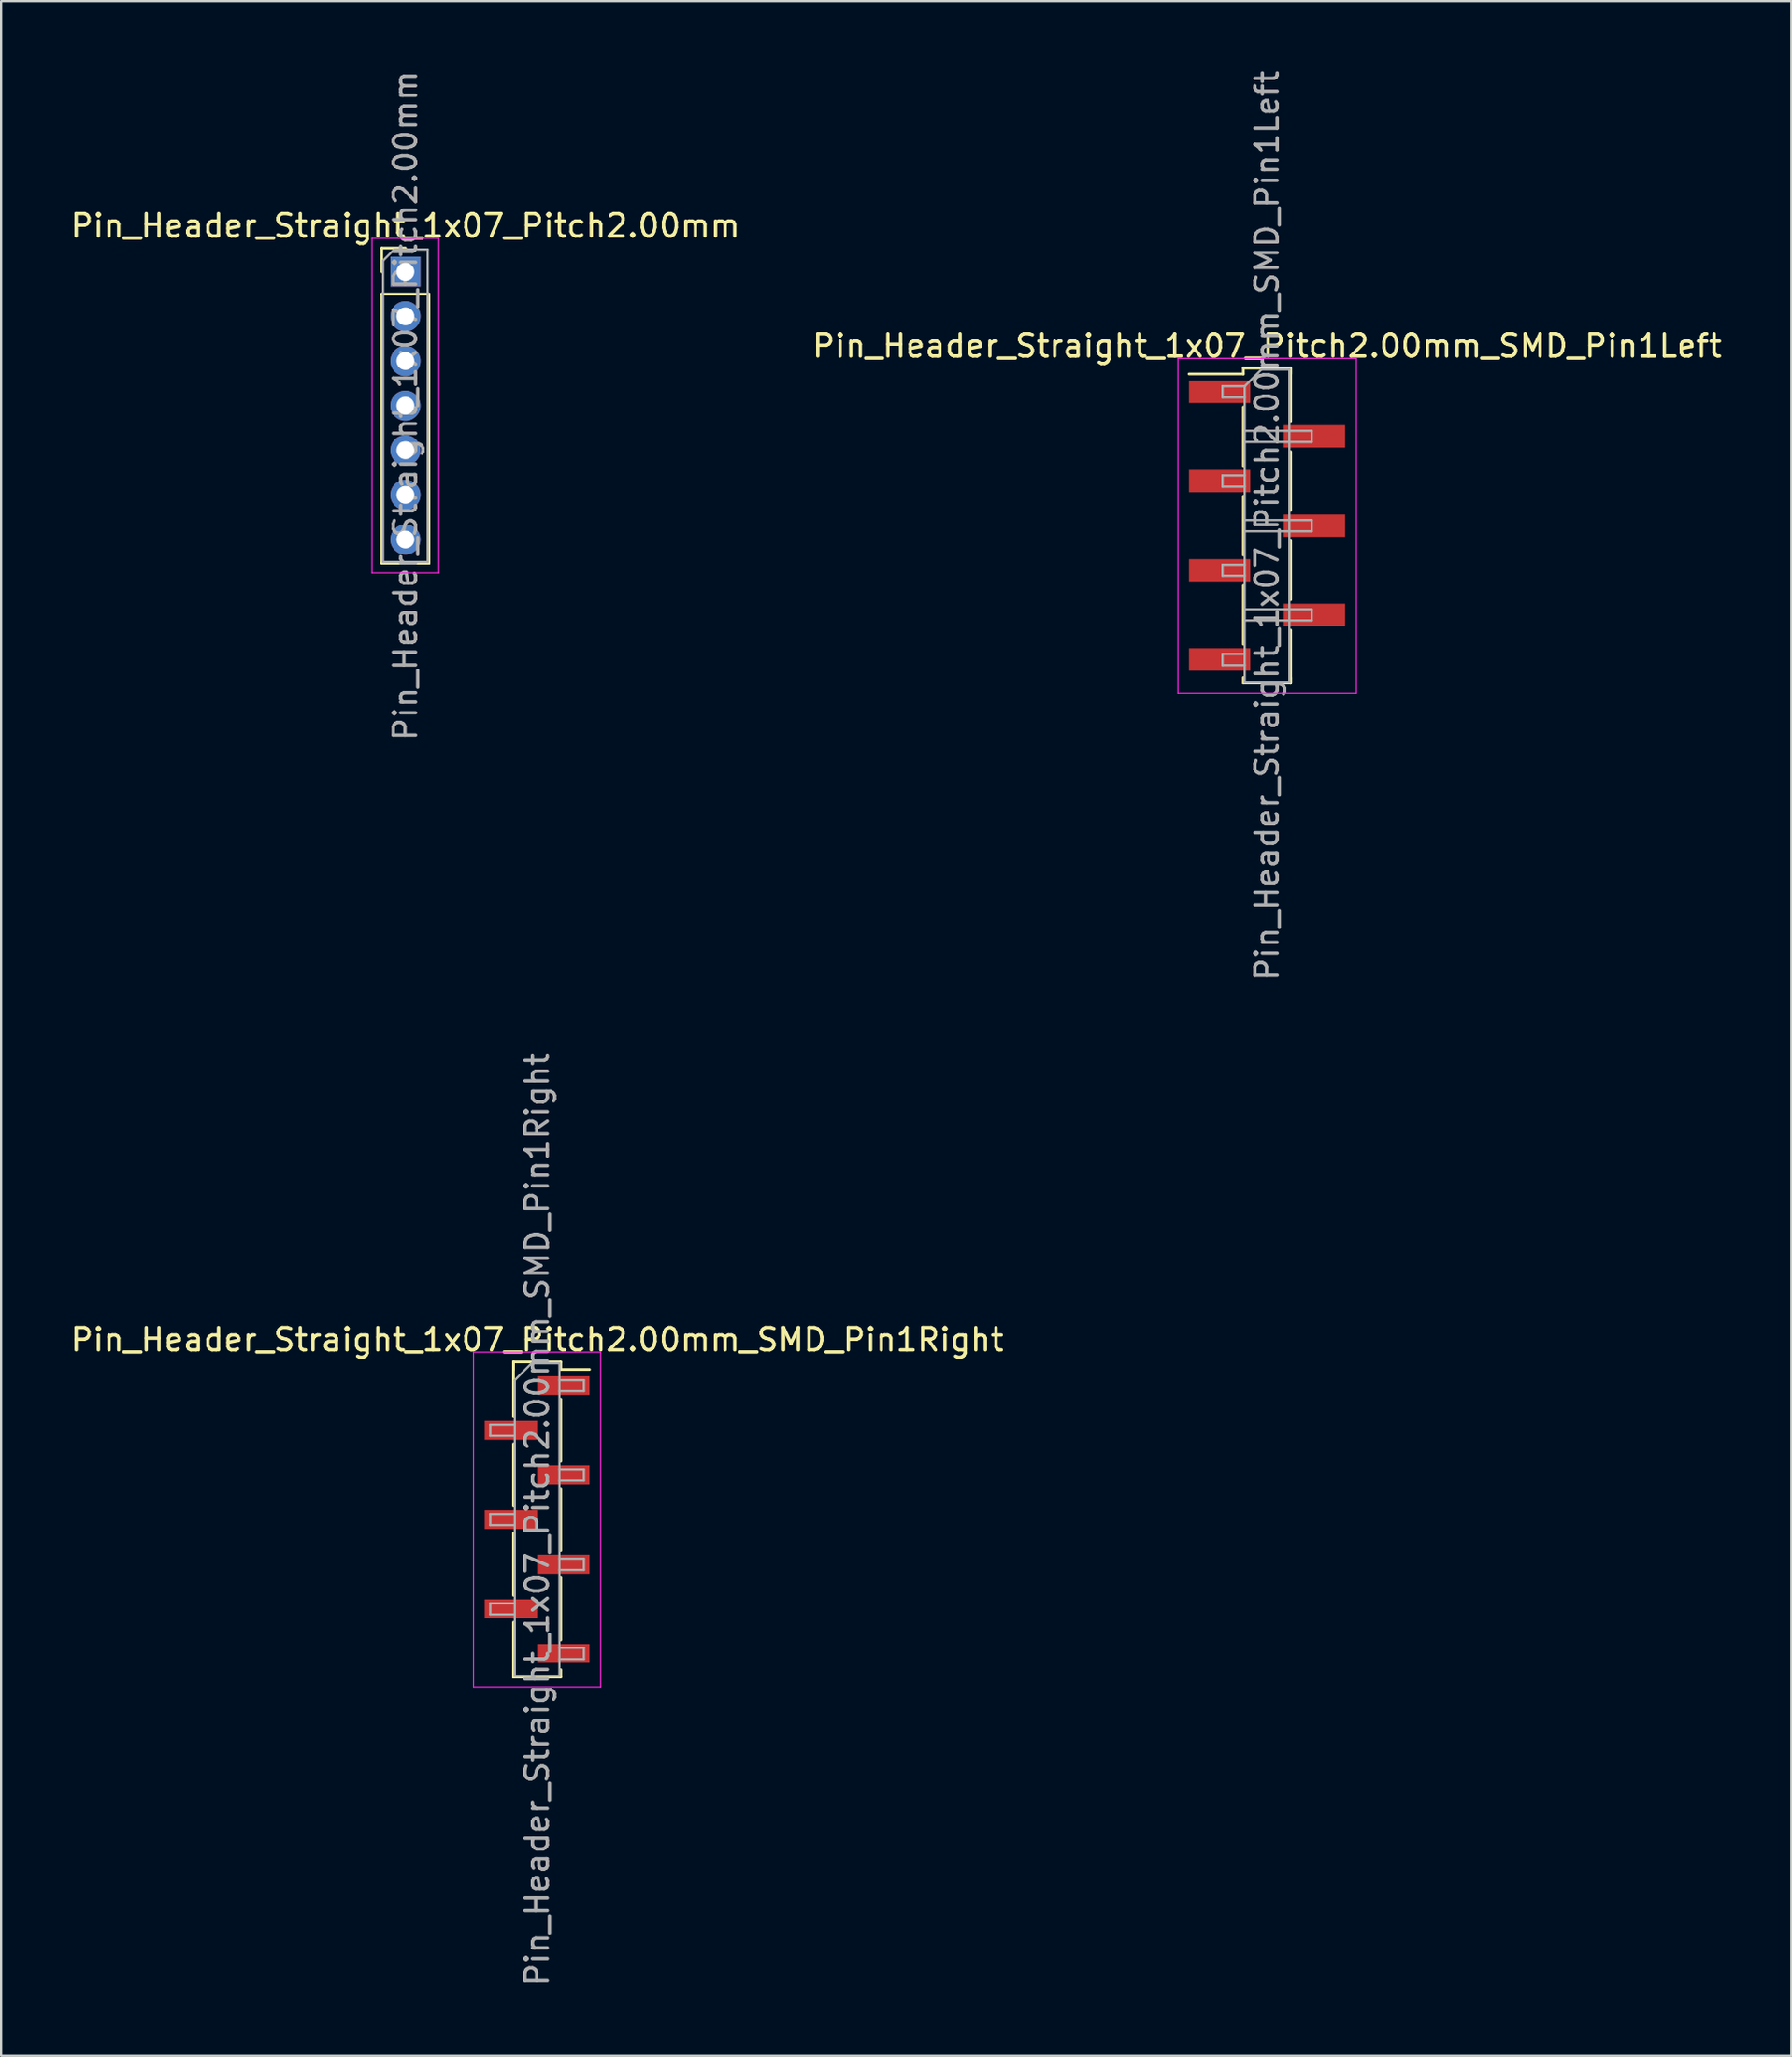
<source format=kicad_pcb>
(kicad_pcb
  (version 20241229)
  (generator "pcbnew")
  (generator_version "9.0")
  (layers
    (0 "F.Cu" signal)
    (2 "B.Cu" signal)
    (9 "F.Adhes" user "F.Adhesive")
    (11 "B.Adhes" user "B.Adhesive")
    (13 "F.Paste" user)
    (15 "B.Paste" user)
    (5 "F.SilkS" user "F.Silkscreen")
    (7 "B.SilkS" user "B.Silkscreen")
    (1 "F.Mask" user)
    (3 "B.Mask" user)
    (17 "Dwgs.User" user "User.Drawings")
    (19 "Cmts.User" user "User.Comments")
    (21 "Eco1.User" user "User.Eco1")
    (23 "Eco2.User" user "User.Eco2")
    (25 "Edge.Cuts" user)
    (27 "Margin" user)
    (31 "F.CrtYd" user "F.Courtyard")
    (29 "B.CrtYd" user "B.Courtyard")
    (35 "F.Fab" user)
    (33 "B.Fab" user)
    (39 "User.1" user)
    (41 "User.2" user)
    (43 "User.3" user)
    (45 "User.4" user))
  (footprint "Pin_Header_Straight_1x07_Pitch2.00mm"
    (layer "F.Cu")
    (at 15.125 9.125)
    (property "Reference" "Pin_Header_Straight_1x07_Pitch2.00mm" (at 0 -2.06 0) (layer "F.SilkS") (effects (font (size 1 1) (thickness 0.15))))
    (attr through_hole)
    (fp_line (start -1.06 -1.06) (end 0 -1.06) (stroke (width 0.12) (type solid)) (layer "F.SilkS"))
    (fp_line (start -1.06 0) (end -1.06 -1.06) (stroke (width 0.12) (type solid)) (layer "F.SilkS"))
    (fp_line (start -1.06 1) (end -1.06 13.06) (stroke (width 0.12) (type solid)) (layer "F.SilkS"))
    (fp_line (start -1.06 13.06) (end 1.06 13.06) (stroke (width 0.12) (type solid)) (layer "F.SilkS"))
    (fp_line (start 1.06 1) (end -1.06 1) (stroke (width 0.12) (type solid)) (layer "F.SilkS"))
    (fp_line (start 1.06 13.06) (end 1.06 1) (stroke (width 0.12) (type solid)) (layer "F.SilkS"))
    (fp_line (start -1.5 -1.5) (end -1.5 13.5) (stroke (width 0.05) (type solid)) (layer "F.CrtYd"))
    (fp_line (start -1.5 13.5) (end 1.5 13.5) (stroke (width 0.05) (type solid)) (layer "F.CrtYd"))
    (fp_line (start 1.5 -1.5) (end -1.5 -1.5) (stroke (width 0.05) (type solid)) (layer "F.CrtYd"))
    (fp_line (start 1.5 13.5) (end 1.5 -1.5) (stroke (width 0.05) (type solid)) (layer "F.CrtYd"))
    (fp_line (start -1 -0.5) (end -0.5 -1) (stroke (width 0.1) (type solid)) (layer "F.Fab"))
    (fp_line (start -1 13) (end -1 -0.5) (stroke (width 0.1) (type solid)) (layer "F.Fab"))
    (fp_line (start -0.5 -1) (end 1 -1) (stroke (width 0.1) (type solid)) (layer "F.Fab"))
    (fp_line (start 1 -1) (end 1 13) (stroke (width 0.1) (type solid)) (layer "F.Fab"))
    (fp_line (start 1 13) (end -1 13) (stroke (width 0.1) (type solid)) (layer "F.Fab"))
    (fp_text user "${REFERENCE}" (at 0 6 90) (layer "F.Fab") (effects (font (size 1 1) (thickness 0.15))))
    (pad "1" thru_hole rect (at 0 0) (size 1.35 1.35) (drill 0.8) (layers "*.Cu" "*.Mask"))
    (pad "2" thru_hole oval (at 0 2) (size 1.35 1.35) (drill 0.8) (layers "*.Cu" "*.Mask"))
    (pad "3" thru_hole oval (at 0 4) (size 1.35 1.35) (drill 0.8) (layers "*.Cu" "*.Mask"))
    (pad "4" thru_hole oval (at 0 6) (size 1.35 1.35) (drill 0.8) (layers "*.Cu" "*.Mask"))
    (pad "5" thru_hole oval (at 0 8) (size 1.35 1.35) (drill 0.8) (layers "*.Cu" "*.Mask"))
    (pad "6" thru_hole oval (at 0 10) (size 1.35 1.35) (drill 0.8) (layers "*.Cu" "*.Mask"))
    (pad "7" thru_hole oval (at 0 12) (size 1.35 1.35) (drill 0.8) (layers "*.Cu" "*.Mask")))
  (footprint "Pin_Header_Straight_1x07_Pitch2.00mm_SMD_Pin1Right"
    (layer "F.Cu")
    (at 21.03 65.042)
    (property "Reference" "Pin_Header_Straight_1x07_Pitch2.00mm_SMD_Pin1Right" (at 0 -8.06 0) (layer "F.SilkS") (effects (font (size 1 1) (thickness 0.15))))
    (attr smd)
    (fp_line (start -1.06 -7.06) (end -1.06 -4.605) (stroke (width 0.12) (type solid)) (layer "F.SilkS"))
    (fp_line (start -1.06 -7.06) (end 1.06 -7.06) (stroke (width 0.12) (type solid)) (layer "F.SilkS"))
    (fp_line (start -1.06 -6.725) (end -1.06 -7.06) (stroke (width 0.12) (type solid)) (layer "F.SilkS"))
    (fp_line (start -1.06 -3.395) (end -1.06 -0.605) (stroke (width 0.12) (type solid)) (layer "F.SilkS"))
    (fp_line (start -1.06 0.605) (end -1.06 3.395) (stroke (width 0.12) (type solid)) (layer "F.SilkS"))
    (fp_line (start -1.06 4.605) (end -1.06 7.06) (stroke (width 0.12) (type solid)) (layer "F.SilkS"))
    (fp_line (start -1.06 6.725) (end -1.06 7.06) (stroke (width 0.12) (type solid)) (layer "F.SilkS"))
    (fp_line (start -1.06 7.06) (end 1.06 7.06) (stroke (width 0.12) (type solid)) (layer "F.SilkS"))
    (fp_line (start 1.06 -7.06) (end 1.06 -6.725) (stroke (width 0.12) (type solid)) (layer "F.SilkS"))
    (fp_line (start 1.06 -6.725) (end 2.35 -6.725) (stroke (width 0.12) (type solid)) (layer "F.SilkS"))
    (fp_line (start 1.06 -5.395) (end 1.06 -2.605) (stroke (width 0.12) (type solid)) (layer "F.SilkS"))
    (fp_line (start 1.06 -1.395) (end 1.06 1.395) (stroke (width 0.12) (type solid)) (layer "F.SilkS"))
    (fp_line (start 1.06 2.605) (end 1.06 5.395) (stroke (width 0.12) (type solid)) (layer "F.SilkS"))
    (fp_line (start 1.06 7.06) (end 1.06 6.725) (stroke (width 0.12) (type solid)) (layer "F.SilkS"))
    (fp_line (start -2.85 -7.5) (end -2.85 7.5) (stroke (width 0.05) (type solid)) (layer "F.CrtYd"))
    (fp_line (start -2.85 7.5) (end 2.85 7.5) (stroke (width 0.05) (type solid)) (layer "F.CrtYd"))
    (fp_line (start 2.85 -7.5) (end -2.85 -7.5) (stroke (width 0.05) (type solid)) (layer "F.CrtYd"))
    (fp_line (start 2.85 7.5) (end 2.85 -7.5) (stroke (width 0.05) (type solid)) (layer "F.CrtYd"))
    (fp_line (start -2.1 -4.25) (end -2.1 -3.75) (stroke (width 0.1) (type solid)) (layer "F.Fab"))
    (fp_line (start -2.1 -3.75) (end -1 -3.75) (stroke (width 0.1) (type solid)) (layer "F.Fab"))
    (fp_line (start -2.1 -0.25) (end -2.1 0.25) (stroke (width 0.1) (type solid)) (layer "F.Fab"))
    (fp_line (start -2.1 0.25) (end -1 0.25) (stroke (width 0.1) (type solid)) (layer "F.Fab"))
    (fp_line (start -2.1 3.75) (end -2.1 4.25) (stroke (width 0.1) (type solid)) (layer "F.Fab"))
    (fp_line (start -2.1 4.25) (end -1 4.25) (stroke (width 0.1) (type solid)) (layer "F.Fab"))
    (fp_line (start -1 -6.25) (end -0.25 -7) (stroke (width 0.1) (type solid)) (layer "F.Fab"))
    (fp_line (start -1 -4.25) (end -2.1 -4.25) (stroke (width 0.1) (type solid)) (layer "F.Fab"))
    (fp_line (start -1 -0.25) (end -2.1 -0.25) (stroke (width 0.1) (type solid)) (layer "F.Fab"))
    (fp_line (start -1 3.75) (end -2.1 3.75) (stroke (width 0.1) (type solid)) (layer "F.Fab"))
    (fp_line (start -1 7) (end -1 -6.25) (stroke (width 0.1) (type solid)) (layer "F.Fab"))
    (fp_line (start -0.25 -7) (end 1 -7) (stroke (width 0.1) (type solid)) (layer "F.Fab"))
    (fp_line (start 1 -7) (end 1 7) (stroke (width 0.1) (type solid)) (layer "F.Fab"))
    (fp_line (start 1 -6.25) (end 2.1 -6.25) (stroke (width 0.1) (type solid)) (layer "F.Fab"))
    (fp_line (start 1 -2.25) (end 2.1 -2.25) (stroke (width 0.1) (type solid)) (layer "F.Fab"))
    (fp_line (start 1 1.75) (end 2.1 1.75) (stroke (width 0.1) (type solid)) (layer "F.Fab"))
    (fp_line (start 1 5.75) (end 2.1 5.75) (stroke (width 0.1) (type solid)) (layer "F.Fab"))
    (fp_line (start 1 7) (end -1 7) (stroke (width 0.1) (type solid)) (layer "F.Fab"))
    (fp_line (start 2.1 -6.25) (end 2.1 -5.75) (stroke (width 0.1) (type solid)) (layer "F.Fab"))
    (fp_line (start 2.1 -5.75) (end 1 -5.75) (stroke (width 0.1) (type solid)) (layer "F.Fab"))
    (fp_line (start 2.1 -2.25) (end 2.1 -1.75) (stroke (width 0.1) (type solid)) (layer "F.Fab"))
    (fp_line (start 2.1 -1.75) (end 1 -1.75) (stroke (width 0.1) (type solid)) (layer "F.Fab"))
    (fp_line (start 2.1 1.75) (end 2.1 2.25) (stroke (width 0.1) (type solid)) (layer "F.Fab"))
    (fp_line (start 2.1 2.25) (end 1 2.25) (stroke (width 0.1) (type solid)) (layer "F.Fab"))
    (fp_line (start 2.1 5.75) (end 2.1 6.25) (stroke (width 0.1) (type solid)) (layer "F.Fab"))
    (fp_line (start 2.1 6.25) (end 1 6.25) (stroke (width 0.1) (type solid)) (layer "F.Fab"))
    (fp_text user "${REFERENCE}" (at 0 0 90) (layer "F.Fab") (effects (font (size 1 1) (thickness 0.15))))
    (pad "1" smd rect (at 1.175 -6) (size 2.35 0.85) (layers "F.Cu" "F.Mask" "F.Paste"))
    (pad "2" smd rect (at -1.175 -4) (size 2.35 0.85) (layers "F.Cu" "F.Mask" "F.Paste"))
    (pad "3" smd rect (at 1.175 -2) (size 2.35 0.85) (layers "F.Cu" "F.Mask" "F.Paste"))
    (pad "4" smd rect (at -1.175 0) (size 2.35 0.85) (layers "F.Cu" "F.Mask" "F.Paste"))
    (pad "5" smd rect (at 1.175 2) (size 2.35 0.85) (layers "F.Cu" "F.Mask" "F.Paste"))
    (pad "6" smd rect (at -1.175 4) (size 2.35 0.85) (layers "F.Cu" "F.Mask" "F.Paste"))
    (pad "7" smd rect (at 1.175 6) (size 2.35 0.85) (layers "F.Cu" "F.Mask" "F.Paste")))
  (footprint "Pin_Header_Straight_1x07_Pitch2.00mm_SMD_Pin1Left"
    (layer "F.Cu")
    (at 53.756 20.506)
    (property "Reference" "Pin_Header_Straight_1x07_Pitch2.00mm_SMD_Pin1Left" (at 0 -8.06 0) (layer "F.SilkS") (effects (font (size 1 1) (thickness 0.15))))
    (attr smd)
    (fp_line (start -1.06 -7.06) (end 1.06 -7.06) (stroke (width 0.12) (type solid)) (layer "F.SilkS"))
    (fp_line (start -1.06 -6.8) (end -3.5 -6.8) (stroke (width 0.12) (type solid)) (layer "F.SilkS"))
    (fp_line (start -1.06 -6.8) (end -1.06 -7.06) (stroke (width 0.12) (type solid)) (layer "F.SilkS"))
    (fp_line (start -1.06 -5.32) (end -1.06 -2.68) (stroke (width 0.12) (type solid)) (layer "F.SilkS"))
    (fp_line (start -1.06 -1.32) (end -1.06 1.32) (stroke (width 0.12) (type solid)) (layer "F.SilkS"))
    (fp_line (start -1.06 2.68) (end -1.06 5.32) (stroke (width 0.12) (type solid)) (layer "F.SilkS"))
    (fp_line (start -1.06 6.8) (end -1.06 7.06) (stroke (width 0.12) (type solid)) (layer "F.SilkS"))
    (fp_line (start -1.06 7.06) (end 1.06 7.06) (stroke (width 0.12) (type solid)) (layer "F.SilkS"))
    (fp_line (start 1.06 -7.06) (end 1.06 -6.8) (stroke (width 0.12) (type solid)) (layer "F.SilkS"))
    (fp_line (start 1.06 -7.06) (end 1.06 -4.68) (stroke (width 0.12) (type solid)) (layer "F.SilkS"))
    (fp_line (start 1.06 -3.32) (end 1.06 -0.68) (stroke (width 0.12) (type solid)) (layer "F.SilkS"))
    (fp_line (start 1.06 0.68) (end 1.06 3.32) (stroke (width 0.12) (type solid)) (layer "F.SilkS"))
    (fp_line (start 1.06 4.68) (end 1.06 7.06) (stroke (width 0.12) (type solid)) (layer "F.SilkS"))
    (fp_line (start 1.06 7.06) (end 1.06 6.8) (stroke (width 0.12) (type solid)) (layer "F.SilkS"))
    (fp_line (start -4 -7.5) (end -4 7.5) (stroke (width 0.05) (type solid)) (layer "F.CrtYd"))
    (fp_line (start -4 7.5) (end 4 7.5) (stroke (width 0.05) (type solid)) (layer "F.CrtYd"))
    (fp_line (start 4 -7.5) (end -4 -7.5) (stroke (width 0.05) (type solid)) (layer "F.CrtYd"))
    (fp_line (start 4 7.5) (end 4 -7.5) (stroke (width 0.05) (type solid)) (layer "F.CrtYd"))
    (fp_line (start -2 -6.25) (end -2 -5.75) (stroke (width 0.1) (type solid)) (layer "F.Fab"))
    (fp_line (start -2 -5.75) (end -1 -5.75) (stroke (width 0.1) (type solid)) (layer "F.Fab"))
    (fp_line (start -2 -2.25) (end -2 -1.75) (stroke (width 0.1) (type solid)) (layer "F.Fab"))
    (fp_line (start -2 -1.75) (end -1 -1.75) (stroke (width 0.1) (type solid)) (layer "F.Fab"))
    (fp_line (start -2 1.75) (end -2 2.25) (stroke (width 0.1) (type solid)) (layer "F.Fab"))
    (fp_line (start -2 2.25) (end -1 2.25) (stroke (width 0.1) (type solid)) (layer "F.Fab"))
    (fp_line (start -2 5.75) (end -2 6.25) (stroke (width 0.1) (type solid)) (layer "F.Fab"))
    (fp_line (start -2 6.25) (end -1 6.25) (stroke (width 0.1) (type solid)) (layer "F.Fab"))
    (fp_line (start -1 -6.25) (end -2 -6.25) (stroke (width 0.1) (type solid)) (layer "F.Fab"))
    (fp_line (start -1 -6.25) (end -0.25 -7) (stroke (width 0.1) (type solid)) (layer "F.Fab"))
    (fp_line (start -1 -4.25) (end 2 -4.25) (stroke (width 0.1) (type solid)) (layer "F.Fab"))
    (fp_line (start -1 -2.25) (end -2 -2.25) (stroke (width 0.1) (type solid)) (layer "F.Fab"))
    (fp_line (start -1 -0.25) (end 2 -0.25) (stroke (width 0.1) (type solid)) (layer "F.Fab"))
    (fp_line (start -1 1.75) (end -2 1.75) (stroke (width 0.1) (type solid)) (layer "F.Fab"))
    (fp_line (start -1 3.75) (end 2 3.75) (stroke (width 0.1) (type solid)) (layer "F.Fab"))
    (fp_line (start -1 5.75) (end -2 5.75) (stroke (width 0.1) (type solid)) (layer "F.Fab"))
    (fp_line (start -1 7) (end -1 -6.25) (stroke (width 0.1) (type solid)) (layer "F.Fab"))
    (fp_line (start -0.25 -7) (end 1 -7) (stroke (width 0.1) (type solid)) (layer "F.Fab"))
    (fp_line (start 1 -7) (end 1 7) (stroke (width 0.1) (type solid)) (layer "F.Fab"))
    (fp_line (start 1 7) (end -1 7) (stroke (width 0.1) (type solid)) (layer "F.Fab"))
    (fp_line (start 2 -4.25) (end 2 -3.75) (stroke (width 0.1) (type solid)) (layer "F.Fab"))
    (fp_line (start 2 -3.75) (end -1 -3.75) (stroke (width 0.1) (type solid)) (layer "F.Fab"))
    (fp_line (start 2 -0.25) (end 2 0.25) (stroke (width 0.1) (type solid)) (layer "F.Fab"))
    (fp_line (start 2 0.25) (end -1 0.25) (stroke (width 0.1) (type solid)) (layer "F.Fab"))
    (fp_line (start 2 3.75) (end 2 4.25) (stroke (width 0.1) (type solid)) (layer "F.Fab"))
    (fp_line (start 2 4.25) (end -1 4.25) (stroke (width 0.1) (type solid)) (layer "F.Fab"))
    (fp_text user "${REFERENCE}" (at 0 0 90) (layer "F.Fab") (effects (font (size 1 1) (thickness 0.15))))
    (pad "1" smd rect (at -2.125 -6) (size 2.75 1) (layers "F.Cu" "F.Mask" "F.Paste"))
    (pad "2" smd rect (at 2.125 -4) (size 2.75 1) (layers "F.Cu" "F.Mask" "F.Paste"))
    (pad "3" smd rect (at -2.125 -2) (size 2.75 1) (layers "F.Cu" "F.Mask" "F.Paste"))
    (pad "4" smd rect (at 2.125 0) (size 2.75 1) (layers "F.Cu" "F.Mask" "F.Paste"))
    (pad "5" smd rect (at -2.125 2) (size 2.75 1) (layers "F.Cu" "F.Mask" "F.Paste"))
    (pad "6" smd rect (at 2.125 4) (size 2.75 1) (layers "F.Cu" "F.Mask" "F.Paste"))
    (pad "7" smd rect (at -2.125 6) (size 2.75 1) (layers "F.Cu" "F.Mask" "F.Paste")))
  (gr_rect
    (start -3 -3)
    (end 77.262 89.071)
    (stroke (width 0.1) (type default))
    (fill no)
    (layer "Edge.Cuts")))
</source>
